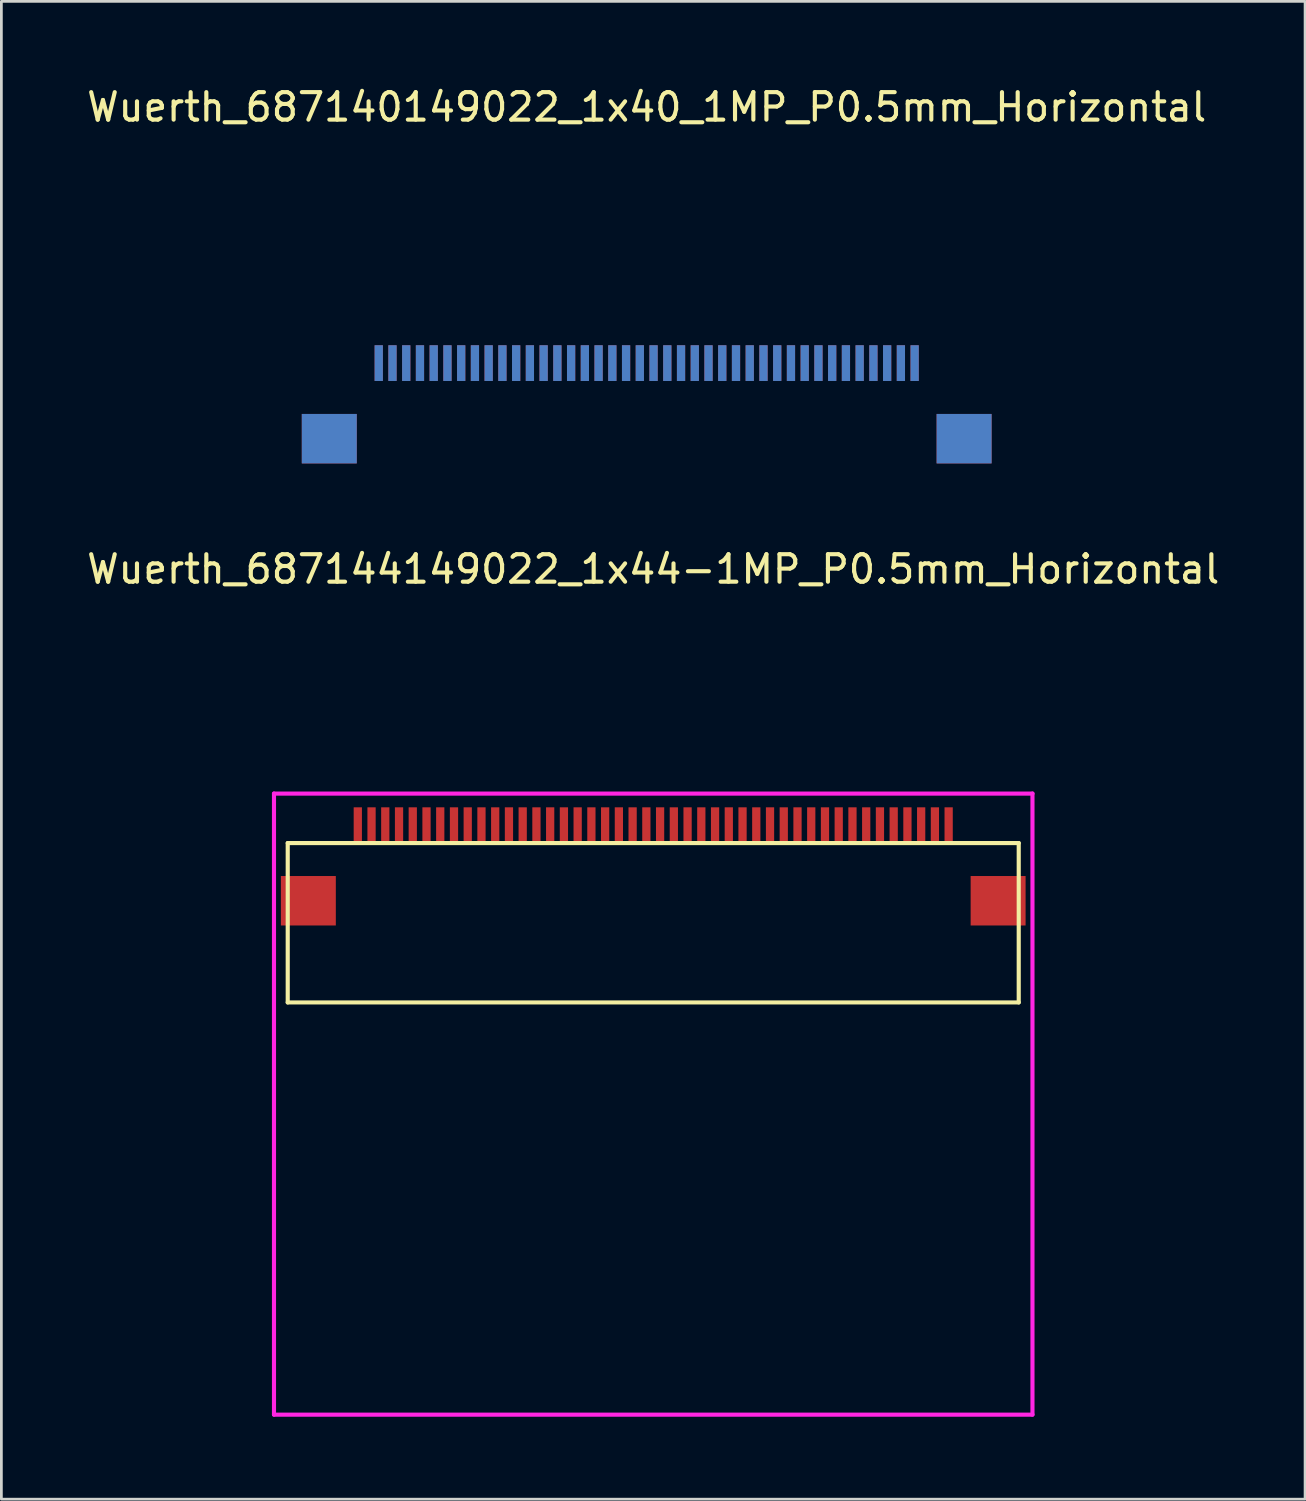
<source format=kicad_pcb>
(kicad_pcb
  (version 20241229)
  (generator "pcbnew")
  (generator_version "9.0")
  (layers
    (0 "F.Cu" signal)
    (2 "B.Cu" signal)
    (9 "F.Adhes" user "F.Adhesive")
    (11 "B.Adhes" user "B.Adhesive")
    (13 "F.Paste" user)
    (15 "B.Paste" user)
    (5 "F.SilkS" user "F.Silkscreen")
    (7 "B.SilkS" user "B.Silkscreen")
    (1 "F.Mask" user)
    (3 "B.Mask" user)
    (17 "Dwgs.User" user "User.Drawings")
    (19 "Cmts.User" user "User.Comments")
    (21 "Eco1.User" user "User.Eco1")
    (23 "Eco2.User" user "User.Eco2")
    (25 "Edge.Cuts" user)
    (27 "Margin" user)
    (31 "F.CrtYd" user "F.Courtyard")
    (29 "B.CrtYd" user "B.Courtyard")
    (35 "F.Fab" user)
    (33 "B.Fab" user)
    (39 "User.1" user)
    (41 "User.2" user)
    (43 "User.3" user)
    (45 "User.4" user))
  (footprint "Wuerth_687144149022_1x44-1MP_P0.5mm_Horizontal"
    (layer "F.Cu")
    (at 20.72 29.727)
    (property "Reference" "Wuerth_687144149022_1x44-1MP_P0.5mm_Horizontal" (at 0 -12.065 0) (layer "F.SilkS") (effects (font (size 1 1) (thickness 0.15))))
    (attr through_hole)
    (fp_line (start -13.3 -2.1) (end 13.3 -2.1) (stroke (width 0.15) (type solid)) (layer "F.SilkS"))
    (fp_line (start -13.3 3.7) (end -13.3 -2.1) (stroke (width 0.15) (type solid)) (layer "F.SilkS"))
    (fp_line (start 13.3 -2.1) (end 13.3 3.7) (stroke (width 0.15) (type solid)) (layer "F.SilkS"))
    (fp_line (start 13.3 3.7) (end -13.3 3.7) (stroke (width 0.15) (type solid)) (layer "F.SilkS"))
    (fp_line (start -13.8 -3.9) (end 13.8 -3.9) (stroke (width 0.15) (type solid)) (layer "F.CrtYd"))
    (fp_line (start -13.8 18.7) (end -13.8 -3.9) (stroke (width 0.15) (type solid)) (layer "F.CrtYd"))
    (fp_line (start 13.8 -3.9) (end 13.8 18.7) (stroke (width 0.15) (type solid)) (layer "F.CrtYd"))
    (fp_line (start 13.8 18.7) (end -13.8 18.7) (stroke (width 0.15) (type solid)) (layer "F.CrtYd"))
    (pad "1" smd rect (at -10.75 -2.75) (size 0.3 1.3) (layers "F.Cu" "F.Mask"))
    (pad "2" smd rect (at -10.25 -2.75) (size 0.3 1.3) (layers "F.Cu" "F.Mask"))
    (pad "3" smd rect (at -9.75 -2.75) (size 0.3 1.3) (layers "F.Cu" "F.Mask"))
    (pad "4" smd rect (at -9.25 -2.75) (size 0.3 1.3) (layers "F.Cu" "F.Mask"))
    (pad "5" smd rect (at -8.75 -2.75) (size 0.3 1.3) (layers "F.Cu" "F.Mask"))
    (pad "6" smd rect (at -8.25 -2.75) (size 0.3 1.3) (layers "F.Cu" "F.Mask"))
    (pad "7" smd rect (at -7.75 -2.75) (size 0.3 1.3) (layers "F.Cu" "F.Mask"))
    (pad "8" smd rect (at -7.25 -2.75) (size 0.3 1.3) (layers "F.Cu" "F.Mask"))
    (pad "9" smd rect (at -6.75 -2.75) (size 0.3 1.3) (layers "F.Cu" "F.Mask"))
    (pad "10" smd rect (at -6.25 -2.75) (size 0.3 1.3) (layers "F.Cu" "F.Mask"))
    (pad "11" smd rect (at -5.75 -2.75) (size 0.3 1.3) (layers "F.Cu" "F.Mask"))
    (pad "12" smd rect (at -5.25 -2.75) (size 0.3 1.3) (layers "F.Cu" "F.Mask"))
    (pad "13" smd rect (at -4.75 -2.75) (size 0.3 1.3) (layers "F.Cu" "F.Mask"))
    (pad "14" smd rect (at -4.25 -2.75) (size 0.3 1.3) (layers "F.Cu" "F.Mask"))
    (pad "15" smd rect (at -3.75 -2.75) (size 0.3 1.3) (layers "F.Cu" "F.Mask"))
    (pad "16" smd rect (at -3.25 -2.75) (size 0.3 1.3) (layers "F.Cu" "F.Mask"))
    (pad "17" smd rect (at -2.75 -2.75) (size 0.3 1.3) (layers "F.Cu" "F.Mask"))
    (pad "18" smd rect (at -2.25 -2.75) (size 0.3 1.3) (layers "F.Cu" "F.Mask"))
    (pad "19" smd rect (at -1.75 -2.75) (size 0.3 1.3) (layers "F.Cu" "F.Mask"))
    (pad "20" smd rect (at -1.25 -2.75) (size 0.3 1.3) (layers "F.Cu" "F.Mask"))
    (pad "21" smd rect (at -0.75 -2.75) (size 0.3 1.3) (layers "F.Cu" "F.Mask"))
    (pad "22" smd rect (at -0.25 -2.75) (size 0.3 1.3) (layers "F.Cu" "F.Mask"))
    (pad "23" smd rect (at 0.25 -2.75) (size 0.3 1.3) (layers "F.Cu" "F.Mask"))
    (pad "24" smd rect (at 0.75 -2.75) (size 0.3 1.3) (layers "F.Cu" "F.Mask"))
    (pad "25" smd rect (at 1.25 -2.75) (size 0.3 1.3) (layers "F.Cu" "F.Mask"))
    (pad "26" smd rect (at 1.75 -2.75) (size 0.3 1.3) (layers "F.Cu" "F.Mask"))
    (pad "27" smd rect (at 2.25 -2.75) (size 0.3 1.3) (layers "F.Cu" "F.Mask"))
    (pad "28" smd rect (at 2.75 -2.75) (size 0.3 1.3) (layers "F.Cu" "F.Mask"))
    (pad "29" smd rect (at 3.25 -2.75) (size 0.3 1.3) (layers "F.Cu" "F.Mask"))
    (pad "30" smd rect (at 3.75 -2.75) (size 0.3 1.3) (layers "F.Cu" "F.Mask"))
    (pad "31" smd rect (at 4.25 -2.75) (size 0.3 1.3) (layers "F.Cu" "F.Mask"))
    (pad "32" smd rect (at 4.75 -2.75) (size 0.3 1.3) (layers "F.Cu" "F.Mask"))
    (pad "33" smd rect (at 5.25 -2.75) (size 0.3 1.3) (layers "F.Cu" "F.Mask"))
    (pad "34" smd rect (at 5.75 -2.75) (size 0.3 1.3) (layers "F.Cu" "F.Mask"))
    (pad "35" smd rect (at 6.25 -2.75) (size 0.3 1.3) (layers "F.Cu" "F.Mask"))
    (pad "36" smd rect (at 6.75 -2.75) (size 0.3 1.3) (layers "F.Cu" "F.Mask"))
    (pad "37" smd rect (at 7.25 -2.75) (size 0.3 1.3) (layers "F.Cu" "F.Mask"))
    (pad "38" smd rect (at 7.75 -2.75) (size 0.3 1.3) (layers "F.Cu" "F.Mask"))
    (pad "39" smd rect (at 8.25 -2.75) (size 0.3 1.3) (layers "F.Cu" "F.Mask"))
    (pad "40" smd rect (at 8.75 -2.75) (size 0.3 1.3) (layers "F.Cu" "F.Mask"))
    (pad "41" smd rect (at 9.25 -2.75) (size 0.3 1.3) (layers "F.Cu" "F.Mask"))
    (pad "42" smd rect (at 9.75 -2.75) (size 0.3 1.3) (layers "F.Cu" "F.Mask"))
    (pad "43" smd rect (at 10.25 -2.75) (size 0.3 1.3) (layers "F.Cu" "F.Mask"))
    (pad "44" smd rect (at 10.75 -2.75) (size 0.3 1.3) (layers "F.Cu" "F.Mask"))
    (pad "MP" smd rect (at -12.55 0) (size 2 1.8) (layers "F.Cu" "F.Mask"))
    (pad "MP" smd rect (at 12.55 0) (size 2 1.8) (layers "F.Cu" "F.Mask")))
  (footprint "Wuerth_687140149022_1x40_1MP_P0.5mm_Horizontal"
    (layer "F.Cu")
    (at 20.482 12.913)
    (property "Reference" "Wuerth_687140149022_1x40_1MP_P0.5mm_Horizontal" (at 0 -12.065 0) (layer "F.SilkS") (effects (font (size 1 1) (thickness 0.15))))
    (attr through_hole)
    (pad "1" smd rect (at -9.75 -2.75) (size 0.3 1.3) (layers "*.Cu" "*.Mask"))
    (pad "2" smd rect (at -9.25 -2.75) (size 0.3 1.3) (layers "*.Cu" "*.Mask"))
    (pad "3" smd rect (at -8.75 -2.75) (size 0.3 1.3) (layers "*.Cu" "*.Mask"))
    (pad "4" smd rect (at -8.25 -2.75) (size 0.3 1.3) (layers "*.Cu" "*.Mask"))
    (pad "5" smd rect (at -7.75 -2.75) (size 0.3 1.3) (layers "*.Cu" "*.Mask"))
    (pad "6" smd rect (at -7.25 -2.75) (size 0.3 1.3) (layers "*.Cu" "*.Mask"))
    (pad "7" smd rect (at -6.75 -2.75) (size 0.3 1.3) (layers "*.Cu" "*.Mask"))
    (pad "8" smd rect (at -6.25 -2.75) (size 0.3 1.3) (layers "*.Cu" "*.Mask"))
    (pad "9" smd rect (at -5.75 -2.75) (size 0.3 1.3) (layers "*.Cu" "*.Mask"))
    (pad "10" smd rect (at -5.25 -2.75) (size 0.3 1.3) (layers "*.Cu" "*.Mask"))
    (pad "11" smd rect (at -4.75 -2.75) (size 0.3 1.3) (layers "*.Cu" "*.Mask"))
    (pad "12" smd rect (at -4.25 -2.75) (size 0.3 1.3) (layers "*.Cu" "*.Mask"))
    (pad "13" smd rect (at -3.75 -2.75) (size 0.3 1.3) (layers "*.Cu" "*.Mask"))
    (pad "14" smd rect (at -3.25 -2.75) (size 0.3 1.3) (layers "*.Cu" "*.Mask"))
    (pad "15" smd rect (at -2.75 -2.75) (size 0.3 1.3) (layers "*.Cu" "*.Mask"))
    (pad "16" smd rect (at -2.25 -2.75) (size 0.3 1.3) (layers "*.Cu" "*.Mask"))
    (pad "17" smd rect (at -1.75 -2.75) (size 0.3 1.3) (layers "*.Cu" "*.Mask"))
    (pad "18" smd rect (at -1.25 -2.75) (size 0.3 1.3) (layers "*.Cu" "*.Mask"))
    (pad "19" smd rect (at -0.75 -2.75) (size 0.3 1.3) (layers "*.Cu" "*.Mask"))
    (pad "20" smd rect (at -0.25 -2.75) (size 0.3 1.3) (layers "*.Cu" "*.Mask"))
    (pad "21" smd rect (at 0.25 -2.75) (size 0.3 1.3) (layers "*.Cu" "*.Mask"))
    (pad "22" smd rect (at 0.75 -2.75) (size 0.3 1.3) (layers "*.Cu" "*.Mask"))
    (pad "23" smd rect (at 1.25 -2.75) (size 0.3 1.3) (layers "*.Cu" "*.Mask"))
    (pad "24" smd rect (at 1.75 -2.75) (size 0.3 1.3) (layers "*.Cu" "*.Mask"))
    (pad "25" smd rect (at 2.25 -2.75) (size 0.3 1.3) (layers "*.Cu" "*.Mask"))
    (pad "26" smd rect (at 2.75 -2.75) (size 0.3 1.3) (layers "*.Cu" "*.Mask"))
    (pad "27" smd rect (at 3.25 -2.75) (size 0.3 1.3) (layers "*.Cu" "*.Mask"))
    (pad "28" smd rect (at 3.75 -2.75) (size 0.3 1.3) (layers "*.Cu" "*.Mask"))
    (pad "29" smd rect (at 4.25 -2.75) (size 0.3 1.3) (layers "*.Cu" "*.Mask"))
    (pad "30" smd rect (at 4.75 -2.75) (size 0.3 1.3) (layers "*.Cu" "*.Mask"))
    (pad "31" smd rect (at 5.25 -2.75) (size 0.3 1.3) (layers "*.Cu" "*.Mask"))
    (pad "32" smd rect (at 5.75 -2.75) (size 0.3 1.3) (layers "*.Cu" "*.Mask"))
    (pad "33" smd rect (at 6.25 -2.75) (size 0.3 1.3) (layers "*.Cu" "*.Mask"))
    (pad "34" smd rect (at 6.75 -2.75) (size 0.3 1.3) (layers "*.Cu" "*.Mask"))
    (pad "35" smd rect (at 7.25 -2.75) (size 0.3 1.3) (layers "*.Cu" "*.Mask"))
    (pad "36" smd rect (at 7.75 -2.75) (size 0.3 1.3) (layers "*.Cu" "*.Mask"))
    (pad "37" smd rect (at 8.25 -2.75) (size 0.3 1.3) (layers "*.Cu" "*.Mask"))
    (pad "38" smd rect (at 8.75 -2.75) (size 0.3 1.3) (layers "*.Cu" "*.Mask"))
    (pad "39" smd rect (at 9.25 -2.75) (size 0.3 1.3) (layers "*.Cu" "*.Mask"))
    (pad "40" smd rect (at 9.75 -2.75) (size 0.3 1.3) (layers "*.Cu" "*.Mask"))
    (pad "MP" smd rect (at -11.55 0) (size 2 1.8) (layers "*.Cu" "*.Mask"))
    (pad "MP" smd rect (at 11.55 0) (size 2 1.8) (layers "*.Cu" "*.Mask")))
  (gr_rect
    (start -3 -3)
    (end 44.44 51.502)
    (stroke (width 0.1) (type default))
    (fill no)
    (layer "Edge.Cuts")))
</source>
